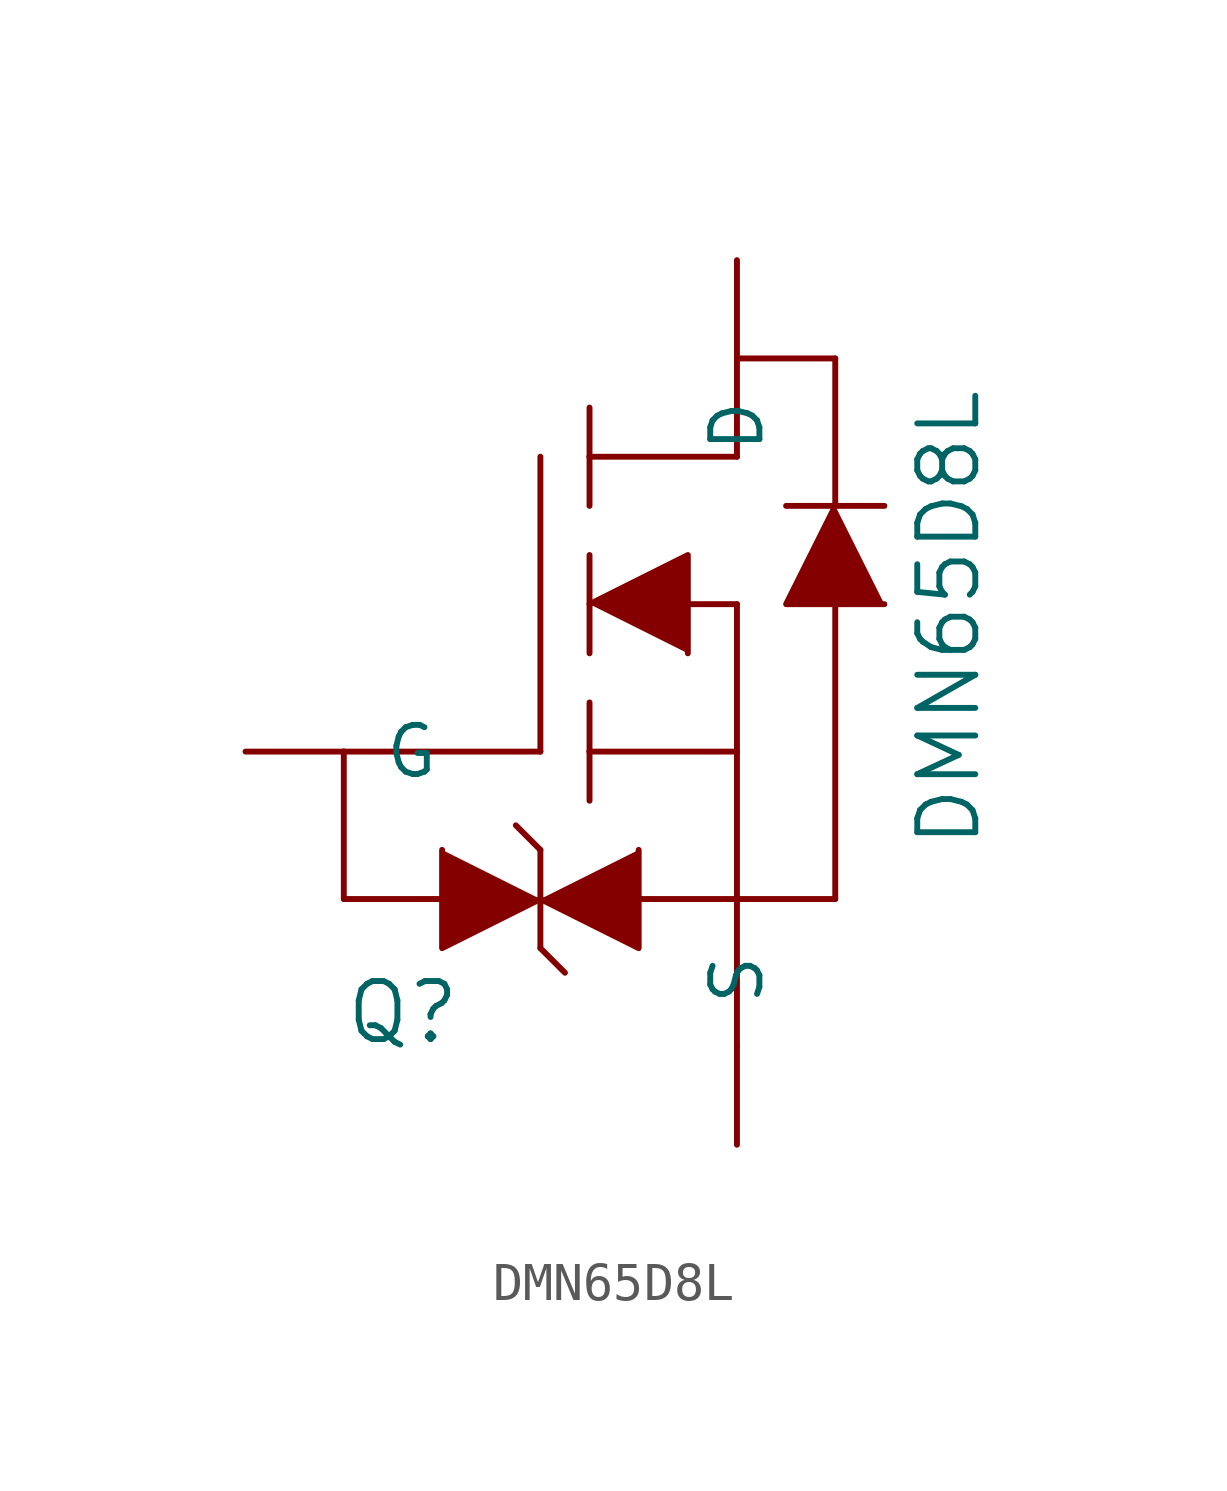
<source format=kicad_sym>
(kicad_symbol_lib
  (version 20211014)
  (generator kicad_symbol_editor)
  (symbol "DMN65D8L"
    (pin_names
      (offset 1.016))
    (property "Reference" "Q"
      (at -7.62 -10.16 0)
      (effects (font (size 1.499 1.499)) (justify left bottom)))
    (property "Value" "DMN65D8L"
      (at 8.89 -5.08 90)
      (effects (font (size 1.499 1.499)) (justify left bottom)))
    (property "ki_locked" ""
      (at 0 0 0)
      (effects (font (size 1.27 1.27))))
    (symbol "DMN65D8L_1_0"
      (polyline (pts (xy -7.62 -6.35) (xy -5.08 -6.35)) (stroke (width 0) (type default) (color 0 0 0 0)) (fill (type none)))
      (polyline (pts (xy -7.62 -2.54) (xy -7.62 -6.35)) (stroke (width 0) (type default) (color 0 0 0 0)) (fill (type none)))
      (polyline (pts (xy -7.62 -2.54) (xy -2.54 -2.54)) (stroke (width 0) (type default) (color 0 0 0 0)) (fill (type none)))
      (polyline (pts (xy -3.175 -4.445) (xy -2.54 -5.08)) (stroke (width 0) (type default) (color 0 0 0 0)) (fill (type none)))
      (polyline (pts (xy -2.54 -7.62) (xy -1.905 -8.255)) (stroke (width 0) (type default) (color 0 0 0 0)) (fill (type none)))
      (polyline (pts (xy -2.54 -5.08) (xy -2.54 -7.62)) (stroke (width 0) (type default) (color 0 0 0 0)) (fill (type none)))
      (polyline (pts (xy -2.54 -2.54) (xy -2.54 5.08)) (stroke (width 0) (type default) (color 0 0 0 0)) (fill (type none)))
      (polyline (pts (xy -1.27 -3.81) (xy -1.27 -2.54)) (stroke (width 0) (type default) (color 0 0 0 0)) (fill (type none)))
      (polyline (pts (xy -1.27 -2.54) (xy -1.27 -1.27)) (stroke (width 0) (type default) (color 0 0 0 0)) (fill (type none)))
      (polyline (pts (xy -1.27 -2.54) (xy 2.54 -2.54)) (stroke (width 0) (type default) (color 0 0 0 0)) (fill (type none)))
      (polyline (pts (xy -1.27 0) (xy -1.27 2.54)) (stroke (width 0) (type default) (color 0 0 0 0)) (fill (type none)))
      (polyline (pts (xy -1.27 3.81) (xy -1.27 5.08)) (stroke (width 0) (type default) (color 0 0 0 0)) (fill (type none)))
      (polyline (pts (xy -1.27 5.08) (xy -1.27 6.35)) (stroke (width 0) (type default) (color 0 0 0 0)) (fill (type none)))
      (polyline (pts (xy -1.27 5.08) (xy 2.54 5.08)) (stroke (width 0) (type default) (color 0 0 0 0)) (fill (type none)))
      (polyline (pts (xy 0 -6.35) (xy 5.08 -6.35)) (stroke (width 0) (type default) (color 0 0 0 0)) (fill (type none)))
      (polyline (pts (xy 1.27 1.27) (xy 2.54 1.27)) (stroke (width 0) (type default) (color 0 0 0 0)) (fill (type none)))
      (polyline (pts (xy 2.54 -2.54) (xy 2.54 -10.16)) (stroke (width 0) (type default) (color 0 0 0 0)) (fill (type none)))
      (polyline (pts (xy 2.54 1.27) (xy 2.54 -2.54)) (stroke (width 0) (type default) (color 0 0 0 0)) (fill (type none)))
      (polyline (pts (xy 2.54 5.08) (xy 2.54 7.62)) (stroke (width 0) (type default) (color 0 0 0 0)) (fill (type none)))
      (polyline (pts (xy 2.54 7.62) (xy 5.08 7.62)) (stroke (width 0) (type default) (color 0 0 0 0)) (fill (type none)))
      (polyline (pts (xy 3.81 3.81) (xy 6.35 3.81)) (stroke (width 0) (type default) (color 0 0 0 0)) (fill (type none)))
      (polyline (pts (xy 5.08 1.27) (xy 5.08 -6.35)) (stroke (width 0) (type default) (color 0 0 0 0)) (fill (type none)))
      (polyline (pts (xy 5.08 7.62) (xy 5.08 3.81)) (stroke (width 0) (type default) (color 0 0 0 0)) (fill (type none)))
      (polyline (pts (xy -5.08 -5.08) (xy -5.08 -7.62) (xy -2.54 -6.35)) (stroke (width 0) (type default) (color 0 0 0 0)) (fill (type outline)))
      (polyline (pts (xy -1.27 1.27) (xy 1.27 2.54) (xy 1.27 0)) (stroke (width 0) (type default) (color 0 0 0 0)) (fill (type outline)))
      (polyline (pts (xy 0 -5.08) (xy 0 -7.62) (xy -2.54 -6.35)) (stroke (width 0) (type default) (color 0 0 0 0)) (fill (type outline)))
      (polyline (pts (xy 5.08 3.81) (xy 3.81 1.27) (xy 6.35 1.27)) (stroke (width 0) (type default) (color 0 0 0 0)) (fill (type outline)))
      (pin input line (at -10.16 -2.54 0) (length 2.54) (name "G" (effects (font (size 1.27 1.27)))) (number "1" (effects (font (size 0 0)))))
      (pin output line (at 2.54 -12.7 90) (length 2.54) (name "S" (effects (font (size 1.27 1.27)))) (number "2" (effects (font (size 0 0)))))
      (pin input line (at 2.54 10.16 270) (length 2.54) (name "D" (effects (font (size 1.27 1.27)))) (number "3" (effects (font (size 0 0))))))))
</source>
